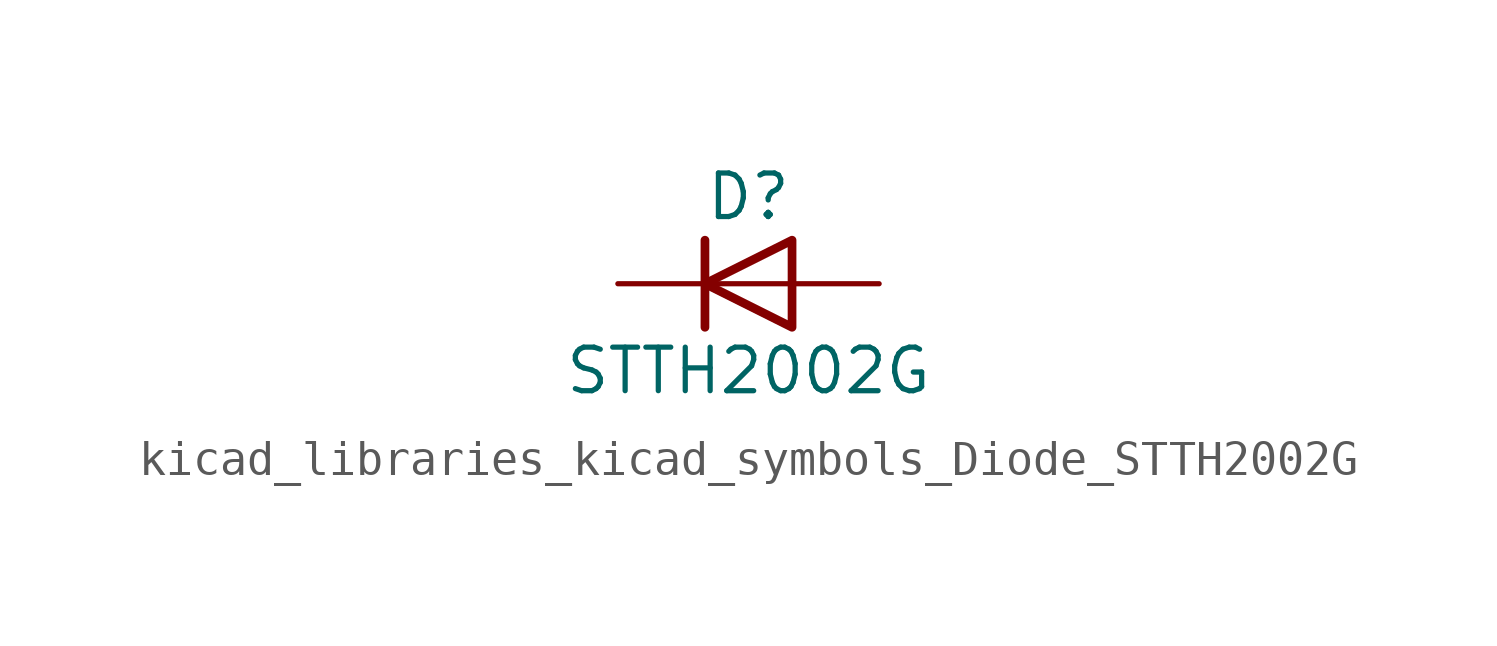
<source format=kicad_sym>
(kicad_symbol_lib
  (version 20220914)
  (generator kicad_symbol_editor)
  (symbol "kicad_libraries_kicad_symbols_Diode_STTH2002G"
    (pin_numbers hide)
    (pin_names hide)
    (property "Reference" "D"
      (at 0 2.54 0)
      (effects (font (size 1.27 1.27))))
    (property "Value" "STTH2002G"
      (at 0 -2.54 0)
      (effects (font (size 1.27 1.27))))
    (symbol "kicad_libraries_kicad_symbols_Diode_STTH2002G_0_0"
      (pin passive line (at -3.81 0 0) (length 2.54) (name "K" (effects (font (size 1.27 1.27)))) (number "2" (effects (font (size 1.27 1.27))))))
    (symbol "kicad_libraries_kicad_symbols_Diode_STTH2002G_0_1"
      (polyline (pts (xy -1.27 1.27) (xy -1.27 -1.27)) (stroke (width 0.254) (type default)) (fill (type none)))
      (polyline (pts (xy 1.27 0) (xy -1.27 0)) (stroke (width 0) (type default)) (fill (type none)))
      (polyline (pts (xy 1.27 1.27) (xy 1.27 -1.27) (xy -1.27 0) (xy 1.27 1.27)) (stroke (width 0.254) (type default)) (fill (type none))))
    (symbol "kicad_libraries_kicad_symbols_Diode_STTH2002G_1_1"
      (pin no_connect line (at 0 0 90) (length 2.54) hide (name "NC" (effects (font (size 1.27 1.27)))) (number "1" (effects (font (size 1.27 1.27)))))
      (pin passive line (at 3.81 0 180) (length 2.54) (name "A" (effects (font (size 1.27 1.27)))) (number "3" (effects (font (size 1.27 1.27))))))))
</source>
